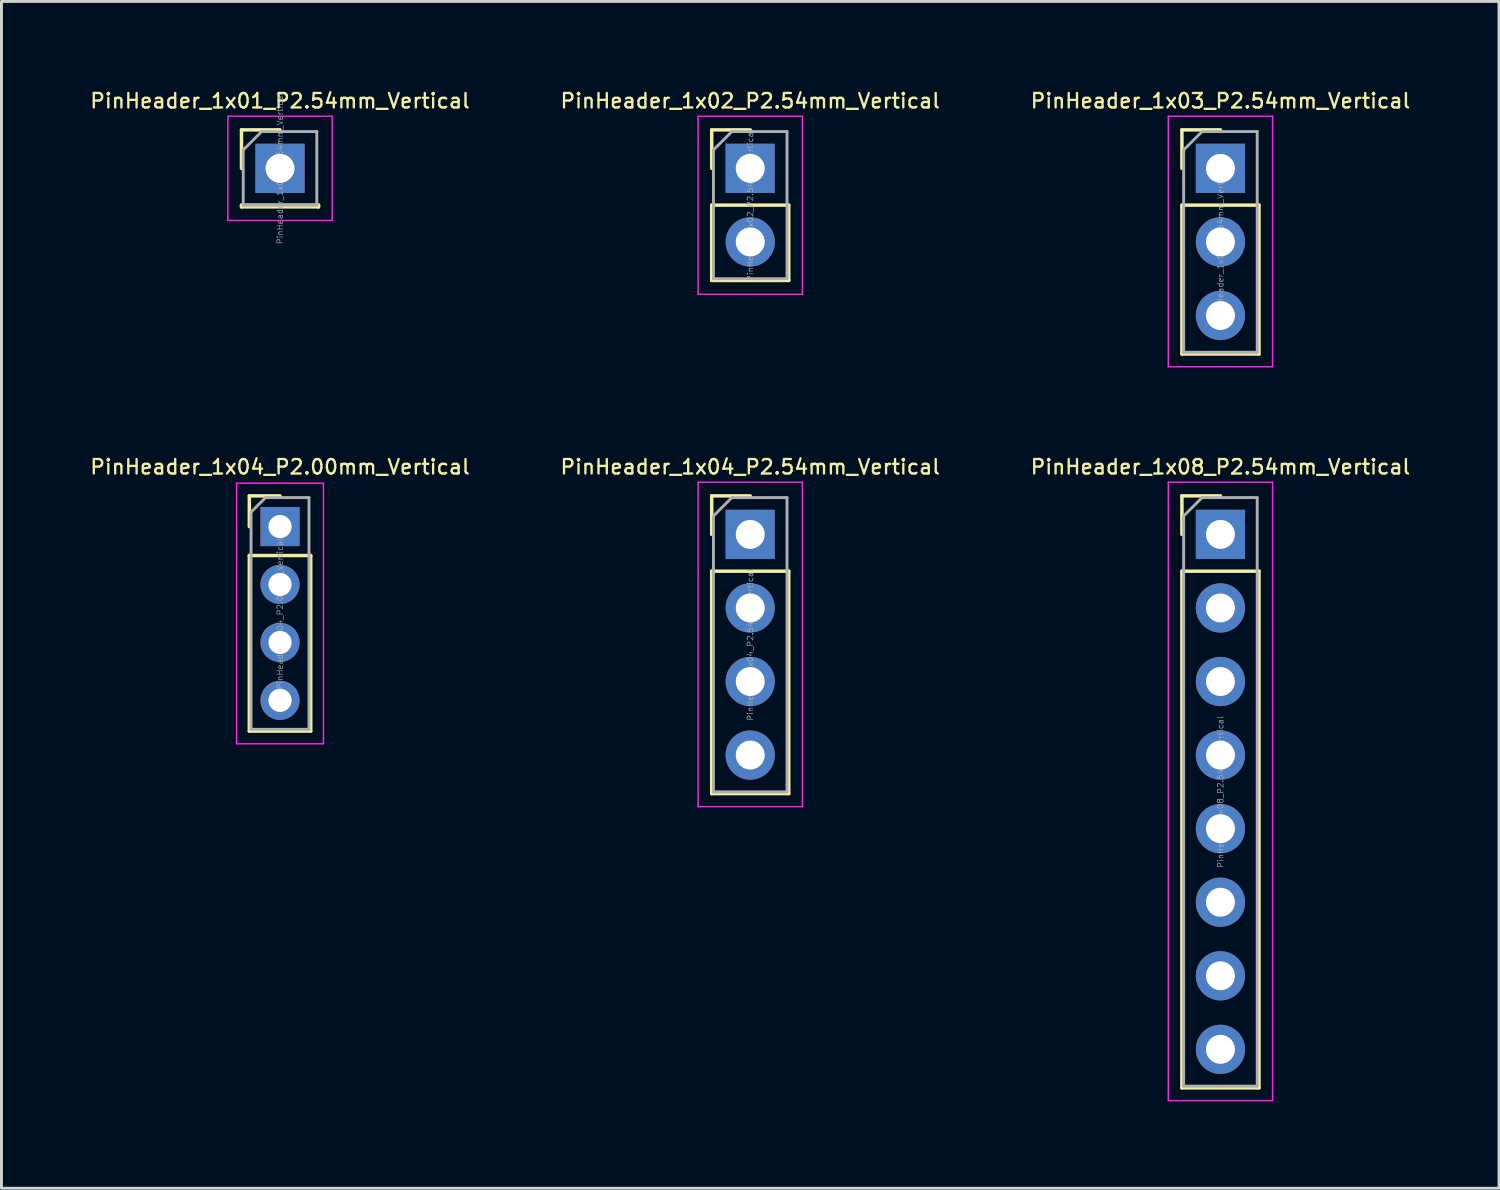
<source format=kicad_pcb>
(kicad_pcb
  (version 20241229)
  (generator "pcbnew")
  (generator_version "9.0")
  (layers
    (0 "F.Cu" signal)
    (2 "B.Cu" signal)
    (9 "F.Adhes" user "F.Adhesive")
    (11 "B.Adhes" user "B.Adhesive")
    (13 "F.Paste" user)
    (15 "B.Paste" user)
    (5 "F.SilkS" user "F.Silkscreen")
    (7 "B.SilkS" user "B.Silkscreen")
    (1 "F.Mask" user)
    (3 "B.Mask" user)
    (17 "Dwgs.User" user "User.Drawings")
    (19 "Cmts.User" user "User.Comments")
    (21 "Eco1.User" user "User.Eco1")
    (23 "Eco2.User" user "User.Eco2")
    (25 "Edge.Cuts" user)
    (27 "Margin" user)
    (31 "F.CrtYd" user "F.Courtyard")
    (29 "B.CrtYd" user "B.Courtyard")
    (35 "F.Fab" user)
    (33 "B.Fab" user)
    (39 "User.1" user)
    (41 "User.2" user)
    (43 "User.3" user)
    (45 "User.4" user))
  (footprint "PinHeader_1x08_P2.54mm_Vertical"
    (layer "F.Cu")
    (at 39.088 15.401)
    (property "Reference" "PinHeader_1x08_P2.54mm_Vertical" (at 0 -2.33 0) (layer "F.SilkS") (effects (font (size 0.5 0.5) (thickness 0.08))))
    (attr through_hole)
    (fp_line (start -1.33 -1.33) (end 0 -1.33) (stroke (width 0.12) (type solid)) (layer "F.SilkS"))
    (fp_line (start -1.33 0) (end -1.33 -1.33) (stroke (width 0.12) (type solid)) (layer "F.SilkS"))
    (fp_line (start -1.33 1.27) (end -1.33 19.11) (stroke (width 0.12) (type solid)) (layer "F.SilkS"))
    (fp_line (start -1.33 1.27) (end 1.33 1.27) (stroke (width 0.12) (type solid)) (layer "F.SilkS"))
    (fp_line (start -1.33 19.11) (end 1.33 19.11) (stroke (width 0.12) (type solid)) (layer "F.SilkS"))
    (fp_line (start 1.33 1.27) (end 1.33 19.11) (stroke (width 0.12) (type solid)) (layer "F.SilkS"))
    (fp_line (start -1.8 -1.8) (end -1.8 19.55) (stroke (width 0.05) (type solid)) (layer "F.CrtYd"))
    (fp_line (start -1.8 19.55) (end 1.8 19.55) (stroke (width 0.05) (type solid)) (layer "F.CrtYd"))
    (fp_line (start 1.8 -1.8) (end -1.8 -1.8) (stroke (width 0.05) (type solid)) (layer "F.CrtYd"))
    (fp_line (start 1.8 19.55) (end 1.8 -1.8) (stroke (width 0.05) (type solid)) (layer "F.CrtYd"))
    (fp_line (start -1.27 -0.635) (end -0.635 -1.27) (stroke (width 0.1) (type solid)) (layer "F.Fab"))
    (fp_line (start -1.27 19.05) (end -1.27 -0.635) (stroke (width 0.1) (type solid)) (layer "F.Fab"))
    (fp_line (start -0.635 -1.27) (end 1.27 -1.27) (stroke (width 0.1) (type solid)) (layer "F.Fab"))
    (fp_line (start 1.27 -1.27) (end 1.27 19.05) (stroke (width 0.1) (type solid)) (layer "F.Fab"))
    (fp_line (start 1.27 19.05) (end -1.27 19.05) (stroke (width 0.1) (type solid)) (layer "F.Fab"))
    (fp_text user "${REFERENCE}" (at 0 8.89 90) (layer "F.Fab") (effects (font (size 0.2 0.2) (thickness 0.02))))
    (pad "1" thru_hole rect (at 0 0) (size 1.7 1.7) (drill 1) (layers "*.Cu" "*.Mask"))
    (pad "2" thru_hole oval (at 0 2.54) (size 1.7 1.7) (drill 1) (layers "*.Cu" "*.Mask"))
    (pad "3" thru_hole oval (at 0 5.08) (size 1.7 1.7) (drill 1) (layers "*.Cu" "*.Mask"))
    (pad "4" thru_hole oval (at 0 7.62) (size 1.7 1.7) (drill 1) (layers "*.Cu" "*.Mask"))
    (pad "5" thru_hole oval (at 0 10.16) (size 1.7 1.7) (drill 1) (layers "*.Cu" "*.Mask"))
    (pad "6" thru_hole oval (at 0 12.7) (size 1.7 1.7) (drill 1) (layers "*.Cu" "*.Mask"))
    (pad "7" thru_hole oval (at 0 15.24) (size 1.7 1.7) (drill 1) (layers "*.Cu" "*.Mask"))
    (pad "8" thru_hole oval (at 0 17.78) (size 1.7 1.7) (drill 1) (layers "*.Cu" "*.Mask")))
  (footprint "PinHeader_1x03_P2.54mm_Vertical"
    (layer "F.Cu")
    (at 39.088 2.763)
    (property "Reference" "PinHeader_1x03_P2.54mm_Vertical" (at 0 -2.33 0) (layer "F.SilkS") (effects (font (size 0.5 0.5) (thickness 0.08))))
    (attr through_hole)
    (fp_line (start -1.33 -1.33) (end 0 -1.33) (stroke (width 0.12) (type solid)) (layer "F.SilkS"))
    (fp_line (start -1.33 0) (end -1.33 -1.33) (stroke (width 0.12) (type solid)) (layer "F.SilkS"))
    (fp_line (start -1.33 1.27) (end -1.33 6.41) (stroke (width 0.12) (type solid)) (layer "F.SilkS"))
    (fp_line (start -1.33 1.27) (end 1.33 1.27) (stroke (width 0.12) (type solid)) (layer "F.SilkS"))
    (fp_line (start -1.33 6.41) (end 1.33 6.41) (stroke (width 0.12) (type solid)) (layer "F.SilkS"))
    (fp_line (start 1.33 1.27) (end 1.33 6.41) (stroke (width 0.12) (type solid)) (layer "F.SilkS"))
    (fp_line (start -1.8 -1.8) (end -1.8 6.85) (stroke (width 0.05) (type solid)) (layer "F.CrtYd"))
    (fp_line (start -1.8 6.85) (end 1.8 6.85) (stroke (width 0.05) (type solid)) (layer "F.CrtYd"))
    (fp_line (start 1.8 -1.8) (end -1.8 -1.8) (stroke (width 0.05) (type solid)) (layer "F.CrtYd"))
    (fp_line (start 1.8 6.85) (end 1.8 -1.8) (stroke (width 0.05) (type solid)) (layer "F.CrtYd"))
    (fp_line (start -1.27 -0.635) (end -0.635 -1.27) (stroke (width 0.1) (type solid)) (layer "F.Fab"))
    (fp_line (start -1.27 6.35) (end -1.27 -0.635) (stroke (width 0.1) (type solid)) (layer "F.Fab"))
    (fp_line (start -0.635 -1.27) (end 1.27 -1.27) (stroke (width 0.1) (type solid)) (layer "F.Fab"))
    (fp_line (start 1.27 -1.27) (end 1.27 6.35) (stroke (width 0.1) (type solid)) (layer "F.Fab"))
    (fp_line (start 1.27 6.35) (end -1.27 6.35) (stroke (width 0.1) (type solid)) (layer "F.Fab"))
    (fp_text user "${REFERENCE}" (at 0 2.54 90) (layer "F.Fab") (effects (font (size 0.2 0.2) (thickness 0.02))))
    (pad "1" thru_hole rect (at 0 0) (size 1.7 1.7) (drill 1) (layers "*.Cu" "*.Mask"))
    (pad "2" thru_hole oval (at 0 2.54) (size 1.7 1.7) (drill 1) (layers "*.Cu" "*.Mask"))
    (pad "3" thru_hole oval (at 0 5.08) (size 1.7 1.7) (drill 1) (layers "*.Cu" "*.Mask")))
  (footprint "PinHeader_1x02_P2.54mm_Vertical"
    (layer "F.Cu")
    (at 22.853 2.763)
    (property "Reference" "PinHeader_1x02_P2.54mm_Vertical" (at 0 -2.33 0) (layer "F.SilkS") (effects (font (size 0.5 0.5) (thickness 0.08))))
    (attr through_hole)
    (fp_line (start -1.33 -1.33) (end 0 -1.33) (stroke (width 0.12) (type solid)) (layer "F.SilkS"))
    (fp_line (start -1.33 0) (end -1.33 -1.33) (stroke (width 0.12) (type solid)) (layer "F.SilkS"))
    (fp_line (start -1.33 1.27) (end -1.33 3.87) (stroke (width 0.12) (type solid)) (layer "F.SilkS"))
    (fp_line (start -1.33 1.27) (end 1.33 1.27) (stroke (width 0.12) (type solid)) (layer "F.SilkS"))
    (fp_line (start -1.33 3.87) (end 1.33 3.87) (stroke (width 0.12) (type solid)) (layer "F.SilkS"))
    (fp_line (start 1.33 1.27) (end 1.33 3.87) (stroke (width 0.12) (type solid)) (layer "F.SilkS"))
    (fp_line (start -1.8 -1.8) (end -1.8 4.35) (stroke (width 0.05) (type solid)) (layer "F.CrtYd"))
    (fp_line (start -1.8 4.35) (end 1.8 4.35) (stroke (width 0.05) (type solid)) (layer "F.CrtYd"))
    (fp_line (start 1.8 -1.8) (end -1.8 -1.8) (stroke (width 0.05) (type solid)) (layer "F.CrtYd"))
    (fp_line (start 1.8 4.35) (end 1.8 -1.8) (stroke (width 0.05) (type solid)) (layer "F.CrtYd"))
    (fp_line (start -1.27 -0.635) (end -0.635 -1.27) (stroke (width 0.1) (type solid)) (layer "F.Fab"))
    (fp_line (start -1.27 3.81) (end -1.27 -0.635) (stroke (width 0.1) (type solid)) (layer "F.Fab"))
    (fp_line (start -0.635 -1.27) (end 1.27 -1.27) (stroke (width 0.1) (type solid)) (layer "F.Fab"))
    (fp_line (start 1.27 -1.27) (end 1.27 3.81) (stroke (width 0.1) (type solid)) (layer "F.Fab"))
    (fp_line (start 1.27 3.81) (end -1.27 3.81) (stroke (width 0.1) (type solid)) (layer "F.Fab"))
    (fp_text user "${REFERENCE}" (at 0 1.27 90) (layer "F.Fab") (effects (font (size 0.2 0.2) (thickness 0.02))))
    (pad "1" thru_hole rect (at 0 0) (size 1.7 1.7) (drill 1) (layers "*.Cu" "*.Mask"))
    (pad "2" thru_hole oval (at 0 2.54) (size 1.7 1.7) (drill 1) (layers "*.Cu" "*.Mask")))
  (footprint "PinHeader_1x04_P2.54mm_Vertical"
    (layer "F.Cu")
    (at 22.853 15.401)
    (property "Reference" "PinHeader_1x04_P2.54mm_Vertical" (at 0 -2.33 0) (layer "F.SilkS") (effects (font (size 0.5 0.5) (thickness 0.08))))
    (attr through_hole)
    (fp_line (start -1.33 -1.33) (end 0 -1.33) (stroke (width 0.12) (type solid)) (layer "F.SilkS"))
    (fp_line (start -1.33 0) (end -1.33 -1.33) (stroke (width 0.12) (type solid)) (layer "F.SilkS"))
    (fp_line (start -1.33 1.27) (end -1.33 8.95) (stroke (width 0.12) (type solid)) (layer "F.SilkS"))
    (fp_line (start -1.33 1.27) (end 1.33 1.27) (stroke (width 0.12) (type solid)) (layer "F.SilkS"))
    (fp_line (start -1.33 8.95) (end 1.33 8.95) (stroke (width 0.12) (type solid)) (layer "F.SilkS"))
    (fp_line (start 1.33 1.27) (end 1.33 8.95) (stroke (width 0.12) (type solid)) (layer "F.SilkS"))
    (fp_line (start -1.8 -1.8) (end -1.8 9.4) (stroke (width 0.05) (type solid)) (layer "F.CrtYd"))
    (fp_line (start -1.8 9.4) (end 1.8 9.4) (stroke (width 0.05) (type solid)) (layer "F.CrtYd"))
    (fp_line (start 1.8 -1.8) (end -1.8 -1.8) (stroke (width 0.05) (type solid)) (layer "F.CrtYd"))
    (fp_line (start 1.8 9.4) (end 1.8 -1.8) (stroke (width 0.05) (type solid)) (layer "F.CrtYd"))
    (fp_line (start -1.27 -0.635) (end -0.635 -1.27) (stroke (width 0.1) (type solid)) (layer "F.Fab"))
    (fp_line (start -1.27 8.89) (end -1.27 -0.635) (stroke (width 0.1) (type solid)) (layer "F.Fab"))
    (fp_line (start -0.635 -1.27) (end 1.27 -1.27) (stroke (width 0.1) (type solid)) (layer "F.Fab"))
    (fp_line (start 1.27 -1.27) (end 1.27 8.89) (stroke (width 0.1) (type solid)) (layer "F.Fab"))
    (fp_line (start 1.27 8.89) (end -1.27 8.89) (stroke (width 0.1) (type solid)) (layer "F.Fab"))
    (fp_text user "${REFERENCE}" (at 0 3.81 90) (layer "F.Fab") (effects (font (size 0.2 0.2) (thickness 0.02))))
    (pad "1" thru_hole rect (at 0 0) (size 1.7 1.7) (drill 1) (layers "*.Cu" "*.Mask"))
    (pad "2" thru_hole oval (at 0 2.54) (size 1.7 1.7) (drill 1) (layers "*.Cu" "*.Mask"))
    (pad "3" thru_hole oval (at 0 5.08) (size 1.7 1.7) (drill 1) (layers "*.Cu" "*.Mask"))
    (pad "4" thru_hole oval (at 0 7.62) (size 1.7 1.7) (drill 1) (layers "*.Cu" "*.Mask")))
  (footprint "PinHeader_1x04_P2.00mm_Vertical"
    (layer "F.Cu")
    (at 6.618 15.131)
    (property "Reference" "PinHeader_1x04_P2.00mm_Vertical" (at 0 -2.06 0) (layer "F.SilkS") (effects (font (size 0.5 0.5) (thickness 0.08))))
    (attr through_hole)
    (fp_line (start -1.06 -1.06) (end 0 -1.06) (stroke (width 0.12) (type solid)) (layer "F.SilkS"))
    (fp_line (start -1.06 0) (end -1.06 -1.06) (stroke (width 0.12) (type solid)) (layer "F.SilkS"))
    (fp_line (start -1.06 1) (end -1.06 7.06) (stroke (width 0.12) (type solid)) (layer "F.SilkS"))
    (fp_line (start -1.06 1) (end 1.06 1) (stroke (width 0.12) (type solid)) (layer "F.SilkS"))
    (fp_line (start -1.06 7.06) (end 1.06 7.06) (stroke (width 0.12) (type solid)) (layer "F.SilkS"))
    (fp_line (start 1.06 1) (end 1.06 7.06) (stroke (width 0.12) (type solid)) (layer "F.SilkS"))
    (fp_line (start -1.5 -1.5) (end -1.5 7.5) (stroke (width 0.05) (type solid)) (layer "F.CrtYd"))
    (fp_line (start -1.5 7.5) (end 1.5 7.5) (stroke (width 0.05) (type solid)) (layer "F.CrtYd"))
    (fp_line (start 1.5 -1.5) (end -1.5 -1.5) (stroke (width 0.05) (type solid)) (layer "F.CrtYd"))
    (fp_line (start 1.5 7.5) (end 1.5 -1.5) (stroke (width 0.05) (type solid)) (layer "F.CrtYd"))
    (fp_line (start -1 -0.5) (end -0.5 -1) (stroke (width 0.1) (type solid)) (layer "F.Fab"))
    (fp_line (start -1 7) (end -1 -0.5) (stroke (width 0.1) (type solid)) (layer "F.Fab"))
    (fp_line (start -0.5 -1) (end 1 -1) (stroke (width 0.1) (type solid)) (layer "F.Fab"))
    (fp_line (start 1 -1) (end 1 7) (stroke (width 0.1) (type solid)) (layer "F.Fab"))
    (fp_line (start 1 7) (end -1 7) (stroke (width 0.1) (type solid)) (layer "F.Fab"))
    (fp_text user "${REFERENCE}" (at 0 3 90) (layer "F.Fab") (effects (font (size 0.2 0.2) (thickness 0.02))))
    (pad "1" thru_hole rect (at 0 0) (size 1.35 1.35) (drill 0.8) (layers "*.Cu" "*.Mask"))
    (pad "2" thru_hole oval (at 0 2) (size 1.35 1.35) (drill 0.8) (layers "*.Cu" "*.Mask"))
    (pad "3" thru_hole oval (at 0 4) (size 1.35 1.35) (drill 0.8) (layers "*.Cu" "*.Mask"))
    (pad "4" thru_hole oval (at 0 6) (size 1.35 1.35) (drill 0.8) (layers "*.Cu" "*.Mask")))
  (footprint "PinHeader_1x01_P2.54mm_Vertical"
    (layer "F.Cu")
    (at 6.618 2.763)
    (property "Reference" "PinHeader_1x01_P2.54mm_Vertical" (at 0 -2.33 0) (layer "F.SilkS") (effects (font (size 0.5 0.5) (thickness 0.08))))
    (attr through_hole)
    (fp_line (start -1.33 -1.33) (end 0 -1.33) (stroke (width 0.12) (type solid)) (layer "F.SilkS"))
    (fp_line (start -1.33 0) (end -1.33 -1.33) (stroke (width 0.12) (type solid)) (layer "F.SilkS"))
    (fp_line (start -1.33 1.27) (end -1.33 1.33) (stroke (width 0.12) (type solid)) (layer "F.SilkS"))
    (fp_line (start -1.33 1.27) (end 1.33 1.27) (stroke (width 0.12) (type solid)) (layer "F.SilkS"))
    (fp_line (start -1.33 1.33) (end 1.33 1.33) (stroke (width 0.12) (type solid)) (layer "F.SilkS"))
    (fp_line (start 1.33 1.27) (end 1.33 1.33) (stroke (width 0.12) (type solid)) (layer "F.SilkS"))
    (fp_line (start -1.8 -1.8) (end -1.8 1.8) (stroke (width 0.05) (type solid)) (layer "F.CrtYd"))
    (fp_line (start -1.8 1.8) (end 1.8 1.8) (stroke (width 0.05) (type solid)) (layer "F.CrtYd"))
    (fp_line (start 1.8 -1.8) (end -1.8 -1.8) (stroke (width 0.05) (type solid)) (layer "F.CrtYd"))
    (fp_line (start 1.8 1.8) (end 1.8 -1.8) (stroke (width 0.05) (type solid)) (layer "F.CrtYd"))
    (fp_line (start -1.27 -0.635) (end -0.635 -1.27) (stroke (width 0.1) (type solid)) (layer "F.Fab"))
    (fp_line (start -1.27 1.27) (end -1.27 -0.635) (stroke (width 0.1) (type solid)) (layer "F.Fab"))
    (fp_line (start -0.635 -1.27) (end 1.27 -1.27) (stroke (width 0.1) (type solid)) (layer "F.Fab"))
    (fp_line (start 1.27 -1.27) (end 1.27 1.27) (stroke (width 0.1) (type solid)) (layer "F.Fab"))
    (fp_line (start 1.27 1.27) (end -1.27 1.27) (stroke (width 0.1) (type solid)) (layer "F.Fab"))
    (fp_text user "${REFERENCE}" (at 0 0 90) (layer "F.Fab") (effects (font (size 0.2 0.2) (thickness 0.02))))
    (pad "1" thru_hole rect (at 0 0) (size 1.7 1.7) (drill 1) (layers "*.Cu" "*.Mask")))
  (gr_rect
    (start -3 -3)
    (end 48.706 37.976)
    (stroke (width 0.1) (type default))
    (fill no)
    (layer "Edge.Cuts")))
</source>
